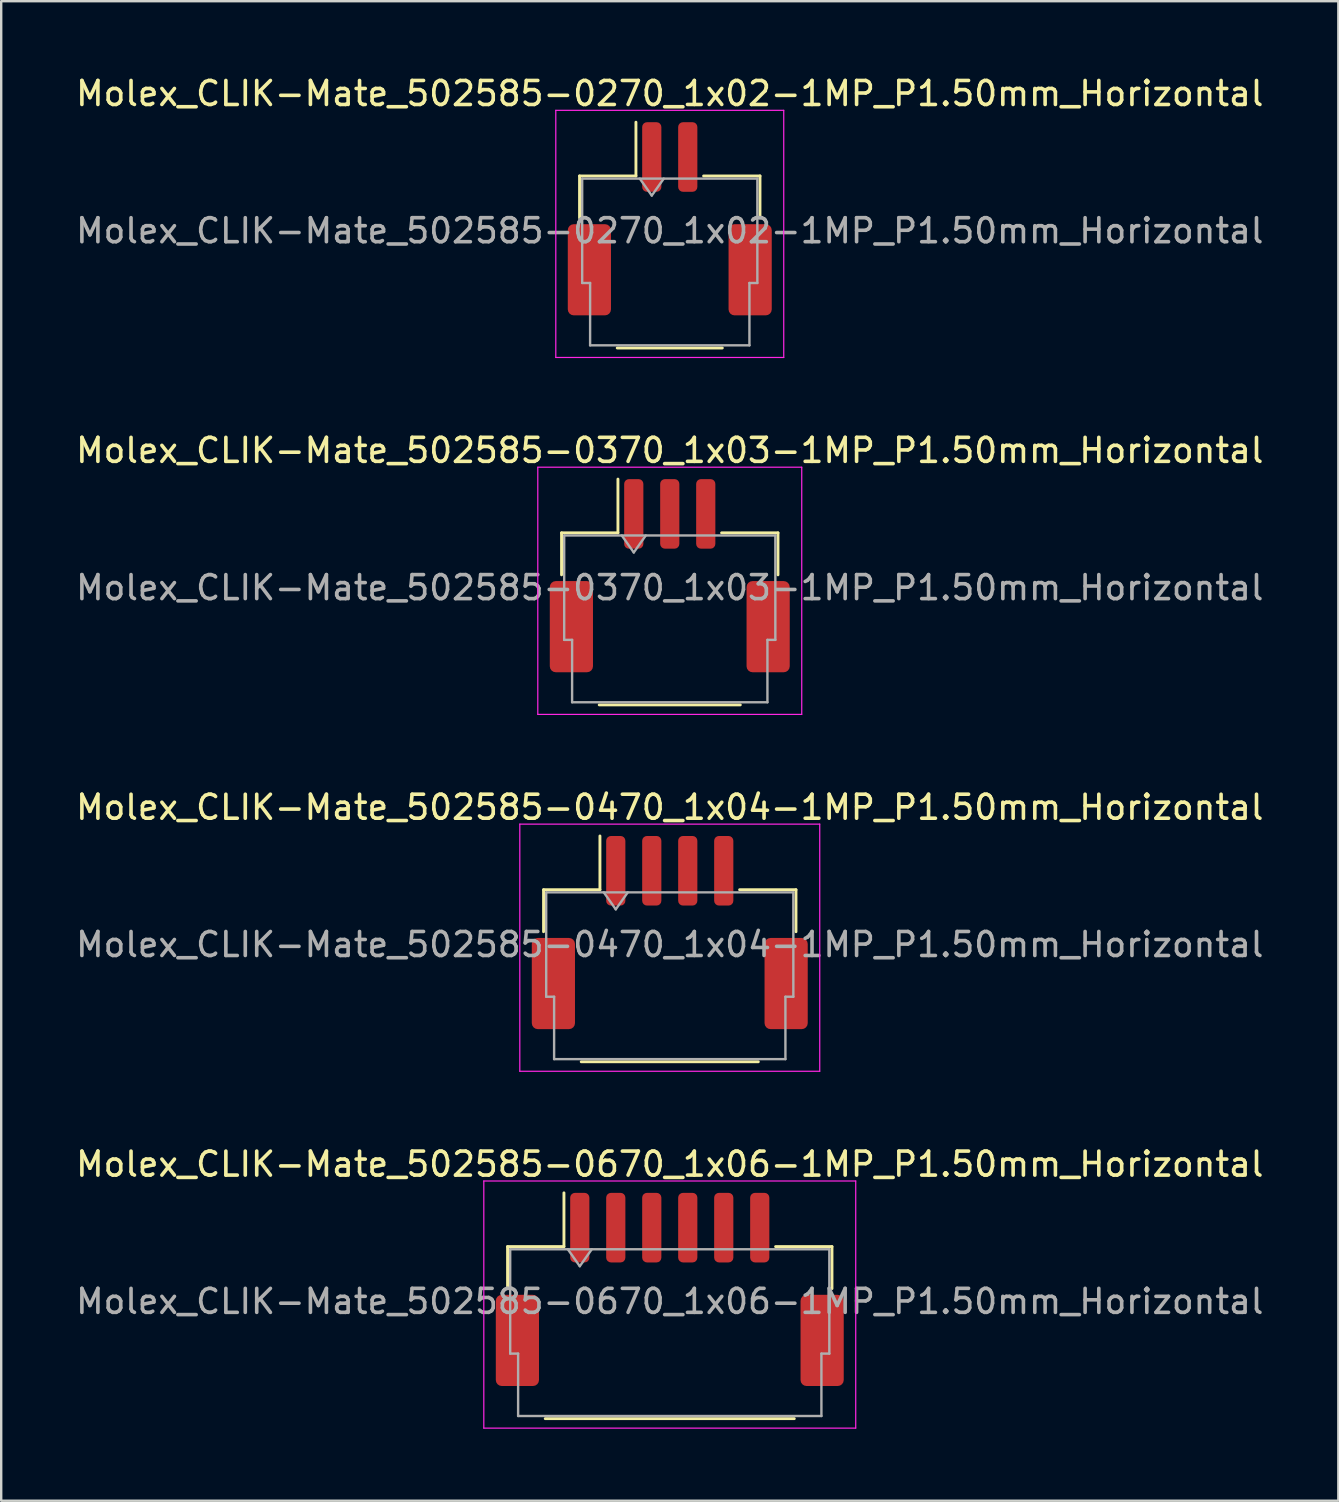
<source format=kicad_pcb>
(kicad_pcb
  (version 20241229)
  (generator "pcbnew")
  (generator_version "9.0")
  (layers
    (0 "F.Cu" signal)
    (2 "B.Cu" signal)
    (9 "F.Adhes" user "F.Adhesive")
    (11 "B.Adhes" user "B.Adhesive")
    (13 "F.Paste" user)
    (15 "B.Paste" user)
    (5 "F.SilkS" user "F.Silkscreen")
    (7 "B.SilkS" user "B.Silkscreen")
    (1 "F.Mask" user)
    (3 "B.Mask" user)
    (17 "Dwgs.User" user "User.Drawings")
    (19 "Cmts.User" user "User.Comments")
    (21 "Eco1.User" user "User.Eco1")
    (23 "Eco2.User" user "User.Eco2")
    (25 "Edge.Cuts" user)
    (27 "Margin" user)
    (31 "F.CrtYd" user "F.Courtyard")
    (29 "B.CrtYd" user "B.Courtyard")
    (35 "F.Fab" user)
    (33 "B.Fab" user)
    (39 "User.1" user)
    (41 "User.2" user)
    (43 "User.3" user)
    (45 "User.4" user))
  (footprint "Molex_CLIK-Mate_502585-0270_1x02-1MP_P1.50mm_Horizontal"
    (layer "F.Cu")
    (at 24.863 6.068)
    (property "Reference" "Molex_CLIK-Mate_502585-0270_1x02-1MP_P1.50mm_Horizontal" (at 0 -5.22 0) (layer "F.SilkS") (effects (font (size 1 1) (thickness 0.15))))
    (attr smd)
    (fp_line (start -3.76 -1.785) (end -1.41 -1.785) (stroke (width 0.12) (type solid)) (layer "F.SilkS"))
    (fp_line (start -3.76 -0.035) (end -3.76 -1.785) (stroke (width 0.12) (type solid)) (layer "F.SilkS"))
    (fp_line (start -2.19 5.385) (end 2.19 5.385) (stroke (width 0.12) (type solid)) (layer "F.SilkS"))
    (fp_line (start -1.41 -1.785) (end -1.41 -4.025) (stroke (width 0.12) (type solid)) (layer "F.SilkS"))
    (fp_line (start 3.76 -1.785) (end 1.41 -1.785) (stroke (width 0.12) (type solid)) (layer "F.SilkS"))
    (fp_line (start 3.76 -0.035) (end 3.76 -1.785) (stroke (width 0.12) (type solid)) (layer "F.SilkS"))
    (fp_line (start -4.75 -4.52) (end -4.75 5.78) (stroke (width 0.05) (type solid)) (layer "F.CrtYd"))
    (fp_line (start -4.75 5.78) (end 4.75 5.78) (stroke (width 0.05) (type solid)) (layer "F.CrtYd"))
    (fp_line (start 4.75 -4.52) (end -4.75 -4.52) (stroke (width 0.05) (type solid)) (layer "F.CrtYd"))
    (fp_line (start 4.75 5.78) (end 4.75 -4.52) (stroke (width 0.05) (type solid)) (layer "F.CrtYd"))
    (fp_line (start -3.65 -1.675) (end -3.65 2.675) (stroke (width 0.1) (type solid)) (layer "F.Fab"))
    (fp_line (start -3.65 -1.675) (end 3.65 -1.675) (stroke (width 0.1) (type solid)) (layer "F.Fab"))
    (fp_line (start -3.65 2.675) (end -3.32 2.675) (stroke (width 0.1) (type solid)) (layer "F.Fab"))
    (fp_line (start -3.32 2.675) (end -3.32 5.275) (stroke (width 0.1) (type solid)) (layer "F.Fab"))
    (fp_line (start -3.32 5.275) (end 3.32 5.275) (stroke (width 0.1) (type solid)) (layer "F.Fab"))
    (fp_line (start -1.25 -1.675) (end -0.75 -0.968) (stroke (width 0.1) (type solid)) (layer "F.Fab"))
    (fp_line (start -0.75 -0.968) (end -0.25 -1.675) (stroke (width 0.1) (type solid)) (layer "F.Fab"))
    (fp_line (start 3.32 2.675) (end 3.65 2.675) (stroke (width 0.1) (type solid)) (layer "F.Fab"))
    (fp_line (start 3.32 5.275) (end 3.32 2.675) (stroke (width 0.1) (type solid)) (layer "F.Fab"))
    (fp_line (start 3.65 -1.675) (end 3.65 2.675) (stroke (width 0.1) (type solid)) (layer "F.Fab"))
    (fp_text user "${REFERENCE}" (at 0 0.5 0) (layer "F.Fab") (effects (font (size 1 1) (thickness 0.15))))
    (pad "1" smd roundrect (at -0.75 -2.575) (size 0.8 2.9) (layers "F.Cu" "F.Mask" "F.Paste") (roundrect_rratio 0.25))
    (pad "2" smd roundrect (at 0.75 -2.575) (size 0.8 2.9) (layers "F.Cu" "F.Mask" "F.Paste") (roundrect_rratio 0.25))
    (pad "MP" smd roundrect (at -3.35 2.125) (size 1.8 3.8) (layers "F.Cu" "F.Mask" "F.Paste") (roundrect_rratio 0.139))
    (pad "MP" smd roundrect (at 3.35 2.125) (size 1.8 3.8) (layers "F.Cu" "F.Mask" "F.Paste") (roundrect_rratio 0.139)))
  (footprint "Molex_CLIK-Mate_502585-0670_1x06-1MP_P1.50mm_Horizontal"
    (layer "F.Cu")
    (at 24.863 50.688)
    (property "Reference" "Molex_CLIK-Mate_502585-0670_1x06-1MP_P1.50mm_Horizontal" (at 0 -5.22 0) (layer "F.SilkS") (effects (font (size 1 1) (thickness 0.15))))
    (attr smd)
    (fp_line (start -6.76 -1.785) (end -4.41 -1.785) (stroke (width 0.12) (type solid)) (layer "F.SilkS"))
    (fp_line (start -6.76 -0.035) (end -6.76 -1.785) (stroke (width 0.12) (type solid)) (layer "F.SilkS"))
    (fp_line (start -5.19 5.385) (end 5.19 5.385) (stroke (width 0.12) (type solid)) (layer "F.SilkS"))
    (fp_line (start -4.41 -1.785) (end -4.41 -4.025) (stroke (width 0.12) (type solid)) (layer "F.SilkS"))
    (fp_line (start 6.76 -1.785) (end 4.41 -1.785) (stroke (width 0.12) (type solid)) (layer "F.SilkS"))
    (fp_line (start 6.76 -0.035) (end 6.76 -1.785) (stroke (width 0.12) (type solid)) (layer "F.SilkS"))
    (fp_line (start -7.75 -4.52) (end -7.75 5.78) (stroke (width 0.05) (type solid)) (layer "F.CrtYd"))
    (fp_line (start -7.75 5.78) (end 7.75 5.78) (stroke (width 0.05) (type solid)) (layer "F.CrtYd"))
    (fp_line (start 7.75 -4.52) (end -7.75 -4.52) (stroke (width 0.05) (type solid)) (layer "F.CrtYd"))
    (fp_line (start 7.75 5.78) (end 7.75 -4.52) (stroke (width 0.05) (type solid)) (layer "F.CrtYd"))
    (fp_line (start -6.65 -1.675) (end -6.65 2.675) (stroke (width 0.1) (type solid)) (layer "F.Fab"))
    (fp_line (start -6.65 -1.675) (end 6.65 -1.675) (stroke (width 0.1) (type solid)) (layer "F.Fab"))
    (fp_line (start -6.65 2.675) (end -6.32 2.675) (stroke (width 0.1) (type solid)) (layer "F.Fab"))
    (fp_line (start -6.32 2.675) (end -6.32 5.275) (stroke (width 0.1) (type solid)) (layer "F.Fab"))
    (fp_line (start -6.32 5.275) (end 6.32 5.275) (stroke (width 0.1) (type solid)) (layer "F.Fab"))
    (fp_line (start -4.25 -1.675) (end -3.75 -0.968) (stroke (width 0.1) (type solid)) (layer "F.Fab"))
    (fp_line (start -3.75 -0.968) (end -3.25 -1.675) (stroke (width 0.1) (type solid)) (layer "F.Fab"))
    (fp_line (start 6.32 2.675) (end 6.65 2.675) (stroke (width 0.1) (type solid)) (layer "F.Fab"))
    (fp_line (start 6.32 5.275) (end 6.32 2.675) (stroke (width 0.1) (type solid)) (layer "F.Fab"))
    (fp_line (start 6.65 -1.675) (end 6.65 2.675) (stroke (width 0.1) (type solid)) (layer "F.Fab"))
    (fp_text user "${REFERENCE}" (at 0 0.5 0) (layer "F.Fab") (effects (font (size 1 1) (thickness 0.15))))
    (pad "1" smd roundrect (at -3.75 -2.575) (size 0.8 2.9) (layers "F.Cu" "F.Mask" "F.Paste") (roundrect_rratio 0.25))
    (pad "2" smd roundrect (at -2.25 -2.575) (size 0.8 2.9) (layers "F.Cu" "F.Mask" "F.Paste") (roundrect_rratio 0.25))
    (pad "3" smd roundrect (at -0.75 -2.575) (size 0.8 2.9) (layers "F.Cu" "F.Mask" "F.Paste") (roundrect_rratio 0.25))
    (pad "4" smd roundrect (at 0.75 -2.575) (size 0.8 2.9) (layers "F.Cu" "F.Mask" "F.Paste") (roundrect_rratio 0.25))
    (pad "5" smd roundrect (at 2.25 -2.575) (size 0.8 2.9) (layers "F.Cu" "F.Mask" "F.Paste") (roundrect_rratio 0.25))
    (pad "6" smd roundrect (at 3.75 -2.575) (size 0.8 2.9) (layers "F.Cu" "F.Mask" "F.Paste") (roundrect_rratio 0.25))
    (pad "MP" smd roundrect (at -6.35 2.125) (size 1.8 3.8) (layers "F.Cu" "F.Mask" "F.Paste") (roundrect_rratio 0.139))
    (pad "MP" smd roundrect (at 6.35 2.125) (size 1.8 3.8) (layers "F.Cu" "F.Mask" "F.Paste") (roundrect_rratio 0.139)))
  (footprint "Molex_CLIK-Mate_502585-0470_1x04-1MP_P1.50mm_Horizontal"
    (layer "F.Cu")
    (at 24.863 35.815)
    (property "Reference" "Molex_CLIK-Mate_502585-0470_1x04-1MP_P1.50mm_Horizontal" (at 0 -5.22 0) (layer "F.SilkS") (effects (font (size 1 1) (thickness 0.15))))
    (attr smd)
    (fp_line (start -5.26 -1.785) (end -2.91 -1.785) (stroke (width 0.12) (type solid)) (layer "F.SilkS"))
    (fp_line (start -5.26 -0.035) (end -5.26 -1.785) (stroke (width 0.12) (type solid)) (layer "F.SilkS"))
    (fp_line (start -3.69 5.385) (end 3.69 5.385) (stroke (width 0.12) (type solid)) (layer "F.SilkS"))
    (fp_line (start -2.91 -1.785) (end -2.91 -4.025) (stroke (width 0.12) (type solid)) (layer "F.SilkS"))
    (fp_line (start 5.26 -1.785) (end 2.91 -1.785) (stroke (width 0.12) (type solid)) (layer "F.SilkS"))
    (fp_line (start 5.26 -0.035) (end 5.26 -1.785) (stroke (width 0.12) (type solid)) (layer "F.SilkS"))
    (fp_line (start -6.25 -4.52) (end -6.25 5.78) (stroke (width 0.05) (type solid)) (layer "F.CrtYd"))
    (fp_line (start -6.25 5.78) (end 6.25 5.78) (stroke (width 0.05) (type solid)) (layer "F.CrtYd"))
    (fp_line (start 6.25 -4.52) (end -6.25 -4.52) (stroke (width 0.05) (type solid)) (layer "F.CrtYd"))
    (fp_line (start 6.25 5.78) (end 6.25 -4.52) (stroke (width 0.05) (type solid)) (layer "F.CrtYd"))
    (fp_line (start -5.15 -1.675) (end -5.15 2.675) (stroke (width 0.1) (type solid)) (layer "F.Fab"))
    (fp_line (start -5.15 -1.675) (end 5.15 -1.675) (stroke (width 0.1) (type solid)) (layer "F.Fab"))
    (fp_line (start -5.15 2.675) (end -4.82 2.675) (stroke (width 0.1) (type solid)) (layer "F.Fab"))
    (fp_line (start -4.82 2.675) (end -4.82 5.275) (stroke (width 0.1) (type solid)) (layer "F.Fab"))
    (fp_line (start -4.82 5.275) (end 4.82 5.275) (stroke (width 0.1) (type solid)) (layer "F.Fab"))
    (fp_line (start -2.75 -1.675) (end -2.25 -0.968) (stroke (width 0.1) (type solid)) (layer "F.Fab"))
    (fp_line (start -2.25 -0.968) (end -1.75 -1.675) (stroke (width 0.1) (type solid)) (layer "F.Fab"))
    (fp_line (start 4.82 2.675) (end 5.15 2.675) (stroke (width 0.1) (type solid)) (layer "F.Fab"))
    (fp_line (start 4.82 5.275) (end 4.82 2.675) (stroke (width 0.1) (type solid)) (layer "F.Fab"))
    (fp_line (start 5.15 -1.675) (end 5.15 2.675) (stroke (width 0.1) (type solid)) (layer "F.Fab"))
    (fp_text user "${REFERENCE}" (at 0 0.5 0) (layer "F.Fab") (effects (font (size 1 1) (thickness 0.15))))
    (pad "1" smd roundrect (at -2.25 -2.575) (size 0.8 2.9) (layers "F.Cu" "F.Mask" "F.Paste") (roundrect_rratio 0.25))
    (pad "2" smd roundrect (at -0.75 -2.575) (size 0.8 2.9) (layers "F.Cu" "F.Mask" "F.Paste") (roundrect_rratio 0.25))
    (pad "3" smd roundrect (at 0.75 -2.575) (size 0.8 2.9) (layers "F.Cu" "F.Mask" "F.Paste") (roundrect_rratio 0.25))
    (pad "4" smd roundrect (at 2.25 -2.575) (size 0.8 2.9) (layers "F.Cu" "F.Mask" "F.Paste") (roundrect_rratio 0.25))
    (pad "MP" smd roundrect (at -4.85 2.125) (size 1.8 3.8) (layers "F.Cu" "F.Mask" "F.Paste") (roundrect_rratio 0.139))
    (pad "MP" smd roundrect (at 4.85 2.125) (size 1.8 3.8) (layers "F.Cu" "F.Mask" "F.Paste") (roundrect_rratio 0.139)))
  (footprint "Molex_CLIK-Mate_502585-0370_1x03-1MP_P1.50mm_Horizontal"
    (layer "F.Cu")
    (at 24.863 20.942)
    (property "Reference" "Molex_CLIK-Mate_502585-0370_1x03-1MP_P1.50mm_Horizontal" (at 0 -5.22 0) (layer "F.SilkS") (effects (font (size 1 1) (thickness 0.15))))
    (attr smd)
    (fp_line (start -4.51 -1.785) (end -2.16 -1.785) (stroke (width 0.12) (type solid)) (layer "F.SilkS"))
    (fp_line (start -4.51 -0.035) (end -4.51 -1.785) (stroke (width 0.12) (type solid)) (layer "F.SilkS"))
    (fp_line (start -2.94 5.385) (end 2.94 5.385) (stroke (width 0.12) (type solid)) (layer "F.SilkS"))
    (fp_line (start -2.16 -1.785) (end -2.16 -4.025) (stroke (width 0.12) (type solid)) (layer "F.SilkS"))
    (fp_line (start 4.51 -1.785) (end 2.16 -1.785) (stroke (width 0.12) (type solid)) (layer "F.SilkS"))
    (fp_line (start 4.51 -0.035) (end 4.51 -1.785) (stroke (width 0.12) (type solid)) (layer "F.SilkS"))
    (fp_line (start -5.5 -4.52) (end -5.5 5.78) (stroke (width 0.05) (type solid)) (layer "F.CrtYd"))
    (fp_line (start -5.5 5.78) (end 5.5 5.78) (stroke (width 0.05) (type solid)) (layer "F.CrtYd"))
    (fp_line (start 5.5 -4.52) (end -5.5 -4.52) (stroke (width 0.05) (type solid)) (layer "F.CrtYd"))
    (fp_line (start 5.5 5.78) (end 5.5 -4.52) (stroke (width 0.05) (type solid)) (layer "F.CrtYd"))
    (fp_line (start -4.4 -1.675) (end -4.4 2.675) (stroke (width 0.1) (type solid)) (layer "F.Fab"))
    (fp_line (start -4.4 -1.675) (end 4.4 -1.675) (stroke (width 0.1) (type solid)) (layer "F.Fab"))
    (fp_line (start -4.4 2.675) (end -4.07 2.675) (stroke (width 0.1) (type solid)) (layer "F.Fab"))
    (fp_line (start -4.07 2.675) (end -4.07 5.275) (stroke (width 0.1) (type solid)) (layer "F.Fab"))
    (fp_line (start -4.07 5.275) (end 4.07 5.275) (stroke (width 0.1) (type solid)) (layer "F.Fab"))
    (fp_line (start -2 -1.675) (end -1.5 -0.968) (stroke (width 0.1) (type solid)) (layer "F.Fab"))
    (fp_line (start -1.5 -0.968) (end -1 -1.675) (stroke (width 0.1) (type solid)) (layer "F.Fab"))
    (fp_line (start 4.07 2.675) (end 4.4 2.675) (stroke (width 0.1) (type solid)) (layer "F.Fab"))
    (fp_line (start 4.07 5.275) (end 4.07 2.675) (stroke (width 0.1) (type solid)) (layer "F.Fab"))
    (fp_line (start 4.4 -1.675) (end 4.4 2.675) (stroke (width 0.1) (type solid)) (layer "F.Fab"))
    (fp_text user "${REFERENCE}" (at 0 0.5 0) (layer "F.Fab") (effects (font (size 1 1) (thickness 0.15))))
    (pad "1" smd roundrect (at -1.5 -2.575) (size 0.8 2.9) (layers "F.Cu" "F.Mask" "F.Paste") (roundrect_rratio 0.25))
    (pad "2" smd roundrect (at 0 -2.575) (size 0.8 2.9) (layers "F.Cu" "F.Mask" "F.Paste") (roundrect_rratio 0.25))
    (pad "3" smd roundrect (at 1.5 -2.575) (size 0.8 2.9) (layers "F.Cu" "F.Mask" "F.Paste") (roundrect_rratio 0.25))
    (pad "MP" smd roundrect (at -4.1 2.125) (size 1.8 3.8) (layers "F.Cu" "F.Mask" "F.Paste") (roundrect_rratio 0.139))
    (pad "MP" smd roundrect (at 4.1 2.125) (size 1.8 3.8) (layers "F.Cu" "F.Mask" "F.Paste") (roundrect_rratio 0.139)))
  (gr_rect
    (start -3 -3)
    (end 52.726 59.493)
    (stroke (width 0.1) (type default))
    (fill no)
    (layer "Edge.Cuts")))
</source>
